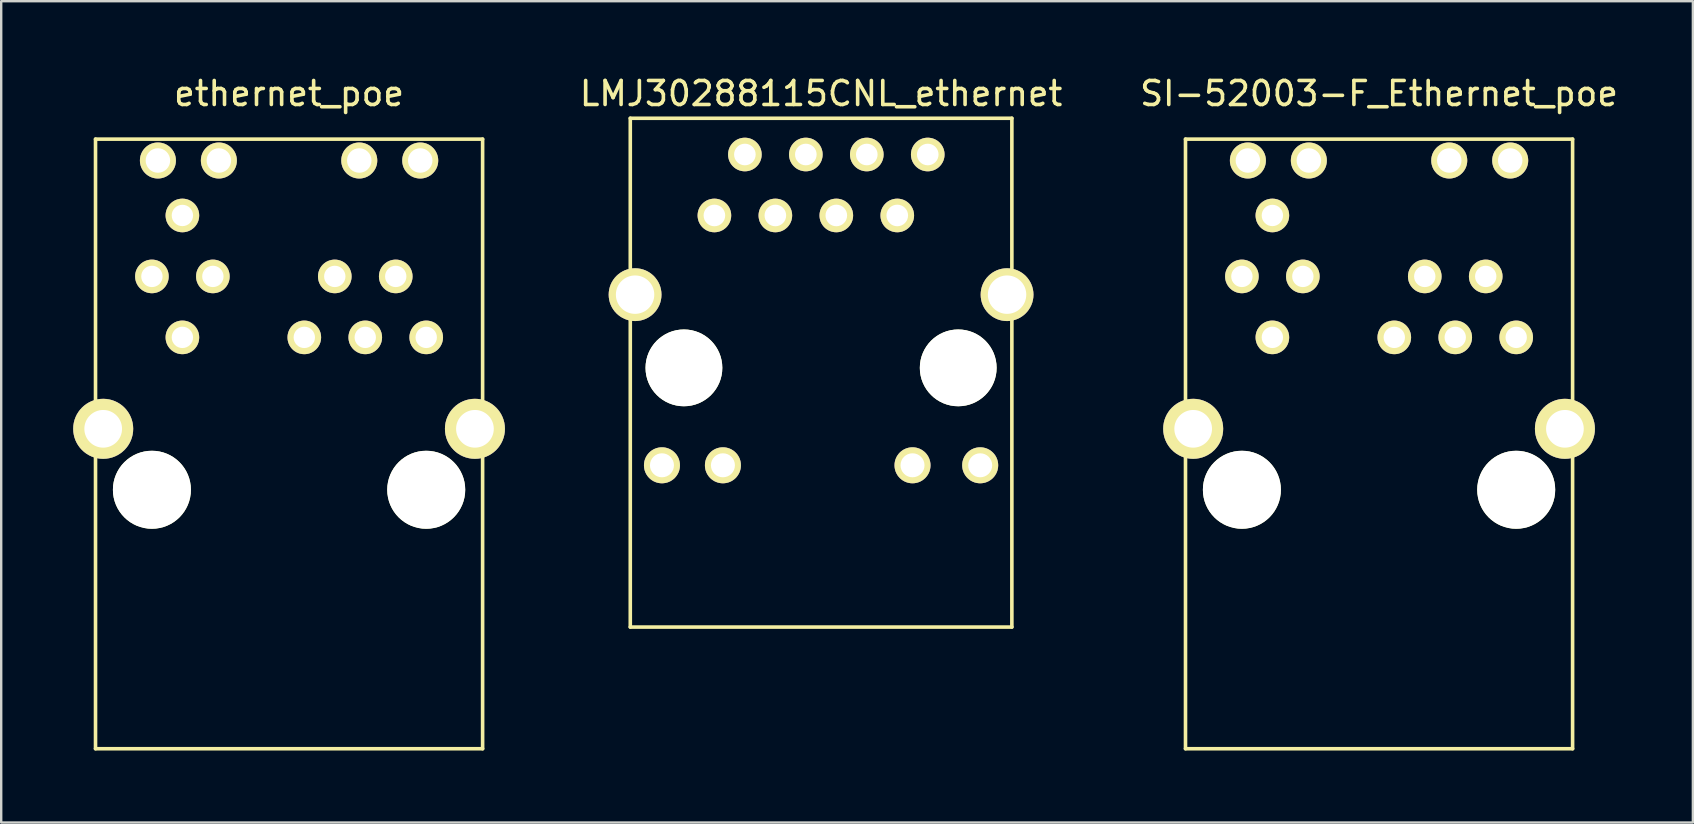
<source format=kicad_pcb>
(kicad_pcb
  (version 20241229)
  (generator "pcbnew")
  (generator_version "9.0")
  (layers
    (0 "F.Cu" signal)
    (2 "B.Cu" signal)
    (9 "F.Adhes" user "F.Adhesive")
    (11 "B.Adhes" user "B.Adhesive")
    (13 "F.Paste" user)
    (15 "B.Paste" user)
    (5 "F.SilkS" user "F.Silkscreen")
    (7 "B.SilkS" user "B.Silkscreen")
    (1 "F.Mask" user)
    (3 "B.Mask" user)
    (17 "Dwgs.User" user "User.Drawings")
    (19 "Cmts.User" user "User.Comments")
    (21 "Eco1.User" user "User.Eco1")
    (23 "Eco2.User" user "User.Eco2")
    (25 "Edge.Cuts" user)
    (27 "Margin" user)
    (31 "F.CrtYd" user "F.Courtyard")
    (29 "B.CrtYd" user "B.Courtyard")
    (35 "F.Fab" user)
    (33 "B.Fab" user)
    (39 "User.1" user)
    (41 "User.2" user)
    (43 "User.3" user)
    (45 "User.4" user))
  (footprint "LMJ30288115CNL_ethernet"
    (layer "F.Cu")
    (at 31.163 12.278)
    (property "Reference" "LMJ30288115CNL_ethernet" (at 0 -11.43 0) (layer "F.SilkS") (effects (font (size 1 1) (thickness 0.15))))
    (attr through_hole)
    (fp_line (start -7.95 -10.4) (end -7.95 10.8) (stroke (width 0.15) (type solid)) (layer "F.SilkS"))
    (fp_line (start -7.95 -10.4) (end 7.95 -10.4) (stroke (width 0.15) (type solid)) (layer "F.SilkS"))
    (fp_line (start -7.95 10.8) (end 7.95 10.8) (stroke (width 0.15) (type solid)) (layer "F.SilkS"))
    (fp_line (start 7.95 10.8) (end 7.95 -10.4) (stroke (width 0.15) (type solid)) (layer "F.SilkS"))
    (pad "" np_thru_hole circle (at -5.715 0) (size 3.2 3.2) (drill 3.2) (layers "*.Cu" "*.Mask" "F.SilkS"))
    (pad "" np_thru_hole circle (at 5.715 0) (size 3.2 3.2) (drill 3.2) (layers "*.Cu" "*.Mask" "F.SilkS"))
    (pad "1" thru_hole circle (at -4.445 -6.35) (size 1.4 1.4) (drill 0.9) (layers "*.Cu" "*.Mask" "F.SilkS"))
    (pad "2" thru_hole circle (at -3.175 -8.89) (size 1.4 1.4) (drill 0.9) (layers "*.Cu" "*.Mask" "F.SilkS"))
    (pad "3" thru_hole circle (at -1.905 -6.35) (size 1.4 1.4) (drill 0.9) (layers "*.Cu" "*.Mask" "F.SilkS"))
    (pad "4" thru_hole circle (at -0.635 -8.89) (size 1.4 1.4) (drill 0.9) (layers "*.Cu" "*.Mask" "F.SilkS"))
    (pad "5" thru_hole circle (at 0.635 -6.35) (size 1.4 1.4) (drill 0.9) (layers "*.Cu" "*.Mask" "F.SilkS"))
    (pad "6" thru_hole circle (at 1.905 -8.89) (size 1.4 1.4) (drill 0.9) (layers "*.Cu" "*.Mask" "F.SilkS"))
    (pad "7" thru_hole circle (at 3.175 -6.35) (size 1.4 1.4) (drill 0.9) (layers "*.Cu" "*.Mask" "F.SilkS"))
    (pad "8" thru_hole circle (at 4.445 -8.89) (size 1.4 1.4) (drill 0.9) (layers "*.Cu" "*.Mask" "F.SilkS"))
    (pad "9" thru_hole circle (at -6.63 4.06) (size 1.5 1.5) (drill 1) (layers "*.Cu" "*.Mask" "F.SilkS"))
    (pad "10" thru_hole circle (at -4.09 4.06) (size 1.5 1.5) (drill 1) (layers "*.Cu" "*.Mask" "F.SilkS"))
    (pad "11" thru_hole circle (at 3.81 4.06) (size 1.5 1.5) (drill 1) (layers "*.Cu" "*.Mask" "F.SilkS"))
    (pad "12" thru_hole circle (at 6.63 4.06) (size 1.5 1.5) (drill 1) (layers "*.Cu" "*.Mask" "F.SilkS"))
    (pad "G" thru_hole circle (at -7.75 -3.05) (size 2.2 2.2) (drill 1.6) (layers "*.Cu" "*.Mask" "F.SilkS"))
    (pad "G" thru_hole circle (at 7.75 -3.05) (size 2.2 2.2) (drill 1.6) (layers "*.Cu" "*.Mask" "F.SilkS")))
  (footprint "SI-52003-F_Ethernet_poe"
    (layer "F.Cu")
    (at 54.413 17.358)
    (property "Reference" "SI-52003-F_Ethernet_poe" (at 0 -16.51 0) (layer "F.SilkS") (effects (font (size 1 1) (thickness 0.15))))
    (attr through_hole)
    (fp_line (start -8.065 -14.61) (end -8.065 10.79) (stroke (width 0.15) (type solid)) (layer "F.SilkS"))
    (fp_line (start -8.065 -14.61) (end 8.065 -14.61) (stroke (width 0.15) (type solid)) (layer "F.SilkS"))
    (fp_line (start -8.065 10.79) (end 8.065 10.79) (stroke (width 0.15) (type solid)) (layer "F.SilkS"))
    (fp_line (start 8.065 10.79) (end 8.065 -14.61) (stroke (width 0.15) (type solid)) (layer "F.SilkS"))
    (pad "" np_thru_hole circle (at -5.715 0) (size 3.25 3.25) (drill 3.25) (layers "*.Cu" "*.Mask" "F.SilkS"))
    (pad "" np_thru_hole circle (at 5.715 0) (size 3.25 3.25) (drill 3.25) (layers "*.Cu" "*.Mask" "F.SilkS"))
    (pad "1" thru_hole circle (at 5.715 -6.35) (size 1.4 1.4) (drill 0.89) (layers "*.Cu" "*.Mask" "F.SilkS"))
    (pad "2" thru_hole circle (at 4.445 -8.89) (size 1.4 1.4) (drill 0.89) (layers "*.Cu" "*.Mask" "F.SilkS"))
    (pad "3" thru_hole circle (at 3.175 -6.35) (size 1.4 1.4) (drill 0.89) (layers "*.Cu" "*.Mask" "F.SilkS"))
    (pad "4" thru_hole circle (at 1.905 -8.89) (size 1.4 1.4) (drill 0.89) (layers "*.Cu" "*.Mask" "F.SilkS"))
    (pad "5" thru_hole circle (at 0.635 -6.35) (size 1.4 1.4) (drill 0.89) (layers "*.Cu" "*.Mask" "F.SilkS"))
    (pad "6" thru_hole circle (at 5.465 -13.72) (size 1.5 1.5) (drill 1.02) (layers "*.Cu" "*.Mask" "F.SilkS"))
    (pad "7" thru_hole circle (at 2.925 -13.72) (size 1.5 1.5) (drill 1.02) (layers "*.Cu" "*.Mask" "F.SilkS"))
    (pad "8" thru_hole circle (at -3.175 -8.89) (size 1.4 1.4) (drill 0.89) (layers "*.Cu" "*.Mask" "F.SilkS"))
    (pad "9" thru_hole circle (at -4.445 -6.35) (size 1.4 1.4) (drill 0.89) (layers "*.Cu" "*.Mask" "F.SilkS"))
    (pad "10" thru_hole circle (at -5.715 -8.89) (size 1.4 1.4) (drill 0.89) (layers "*.Cu" "*.Mask" "F.SilkS"))
    (pad "11" thru_hole circle (at -4.445 -11.43) (size 1.4 1.4) (drill 0.89) (layers "*.Cu" "*.Mask" "F.SilkS"))
    (pad "12" thru_hole circle (at -2.925 -13.72) (size 1.5 1.5) (drill 1.02) (layers "*.Cu" "*.Mask" "F.SilkS"))
    (pad "13" thru_hole circle (at -5.465 -13.72) (size 1.5 1.5) (drill 1.02) (layers "*.Cu" "*.Mask" "F.SilkS"))
    (pad "G" thru_hole circle (at -7.745 -2.54) (size 2.5 2.5) (drill 1.57) (layers "*.Cu" "*.Mask" "F.SilkS"))
    (pad "G" thru_hole circle (at 7.745 -2.54) (size 2.5 2.5) (drill 1.57) (layers "*.Cu" "*.Mask" "F.SilkS")))
  (footprint "ethernet_poe"
    (layer "F.Cu")
    (at 8.995 17.358)
    (property "Reference" "ethernet_poe" (at 0 -16.51 0) (layer "F.SilkS") (effects (font (size 1 1) (thickness 0.15))))
    (attr through_hole)
    (fp_line (start -8.065 -14.61) (end -8.065 10.79) (stroke (width 0.15) (type solid)) (layer "F.SilkS"))
    (fp_line (start -8.065 -14.61) (end 8.065 -14.61) (stroke (width 0.15) (type solid)) (layer "F.SilkS"))
    (fp_line (start -8.065 10.79) (end 8.065 10.79) (stroke (width 0.15) (type solid)) (layer "F.SilkS"))
    (fp_line (start 8.065 10.79) (end 8.065 -14.61) (stroke (width 0.15) (type solid)) (layer "F.SilkS"))
    (pad "" np_thru_hole circle (at -5.715 0) (size 3.25 3.25) (drill 3.25) (layers "*.Cu" "*.Mask" "F.SilkS"))
    (pad "" np_thru_hole circle (at 5.715 0) (size 3.25 3.25) (drill 3.25) (layers "*.Cu" "*.Mask" "F.SilkS"))
    (pad "1" thru_hole circle (at 5.715 -6.35) (size 1.4 1.4) (drill 0.89) (layers "*.Cu" "*.Mask" "F.SilkS"))
    (pad "2" thru_hole circle (at 4.445 -8.89) (size 1.4 1.4) (drill 0.89) (layers "*.Cu" "*.Mask" "F.SilkS"))
    (pad "3" thru_hole circle (at 3.175 -6.35) (size 1.4 1.4) (drill 0.89) (layers "*.Cu" "*.Mask" "F.SilkS"))
    (pad "4" thru_hole circle (at 1.905 -8.89) (size 1.4 1.4) (drill 0.89) (layers "*.Cu" "*.Mask" "F.SilkS"))
    (pad "5" thru_hole circle (at 0.635 -6.35) (size 1.4 1.4) (drill 0.89) (layers "*.Cu" "*.Mask" "F.SilkS"))
    (pad "6" thru_hole circle (at 5.465 -13.72) (size 1.5 1.5) (drill 1.02) (layers "*.Cu" "*.Mask" "F.SilkS"))
    (pad "7" thru_hole circle (at 2.925 -13.72) (size 1.5 1.5) (drill 1.02) (layers "*.Cu" "*.Mask" "F.SilkS"))
    (pad "8" thru_hole circle (at -3.175 -8.89) (size 1.4 1.4) (drill 0.89) (layers "*.Cu" "*.Mask" "F.SilkS"))
    (pad "9" thru_hole circle (at -4.445 -6.35) (size 1.4 1.4) (drill 0.89) (layers "*.Cu" "*.Mask" "F.SilkS"))
    (pad "10" thru_hole circle (at -5.715 -8.89) (size 1.4 1.4) (drill 0.89) (layers "*.Cu" "*.Mask" "F.SilkS"))
    (pad "11" thru_hole circle (at -4.445 -11.43) (size 1.4 1.4) (drill 0.89) (layers "*.Cu" "*.Mask" "F.SilkS"))
    (pad "12" thru_hole circle (at -2.925 -13.72) (size 1.5 1.5) (drill 1.02) (layers "*.Cu" "*.Mask" "F.SilkS"))
    (pad "13" thru_hole circle (at -5.465 -13.72) (size 1.5 1.5) (drill 1.02) (layers "*.Cu" "*.Mask" "F.SilkS"))
    (pad "G" thru_hole circle (at -7.745 -2.54) (size 2.5 2.5) (drill 1.57) (layers "*.Cu" "*.Mask" "F.SilkS"))
    (pad "G" thru_hole circle (at 7.745 -2.54) (size 2.5 2.5) (drill 1.57) (layers "*.Cu" "*.Mask" "F.SilkS")))
  (gr_rect
    (start -3 -3)
    (end 67.49 31.223)
    (stroke (width 0.1) (type default))
    (fill no)
    (layer "Edge.Cuts")))
</source>
